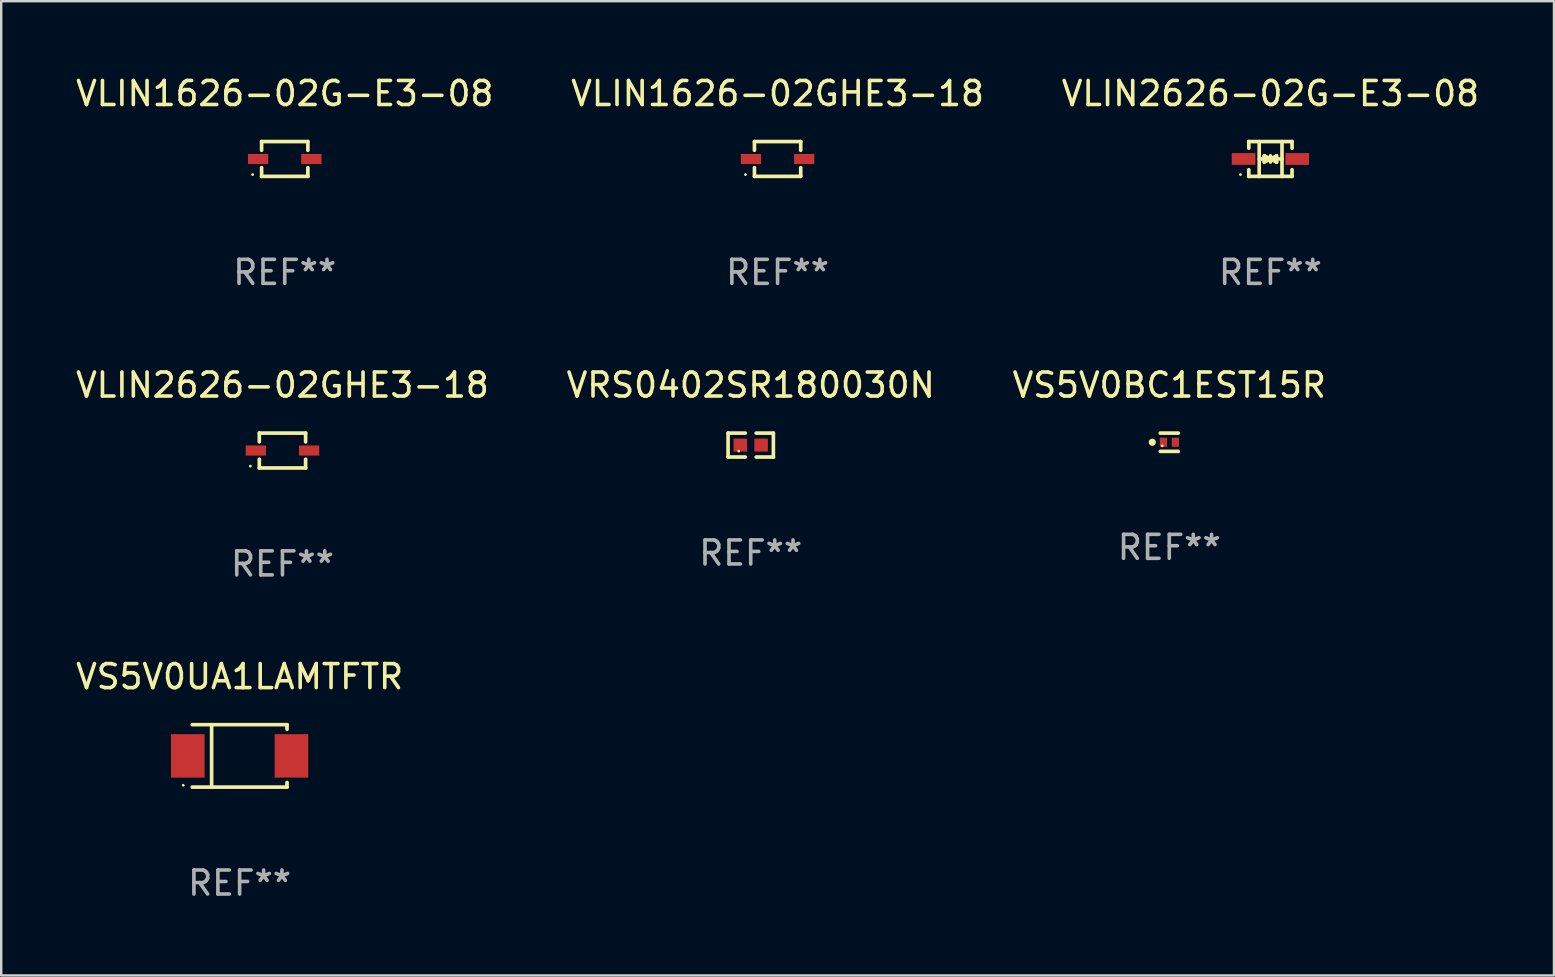
<source format=kicad_pcb>
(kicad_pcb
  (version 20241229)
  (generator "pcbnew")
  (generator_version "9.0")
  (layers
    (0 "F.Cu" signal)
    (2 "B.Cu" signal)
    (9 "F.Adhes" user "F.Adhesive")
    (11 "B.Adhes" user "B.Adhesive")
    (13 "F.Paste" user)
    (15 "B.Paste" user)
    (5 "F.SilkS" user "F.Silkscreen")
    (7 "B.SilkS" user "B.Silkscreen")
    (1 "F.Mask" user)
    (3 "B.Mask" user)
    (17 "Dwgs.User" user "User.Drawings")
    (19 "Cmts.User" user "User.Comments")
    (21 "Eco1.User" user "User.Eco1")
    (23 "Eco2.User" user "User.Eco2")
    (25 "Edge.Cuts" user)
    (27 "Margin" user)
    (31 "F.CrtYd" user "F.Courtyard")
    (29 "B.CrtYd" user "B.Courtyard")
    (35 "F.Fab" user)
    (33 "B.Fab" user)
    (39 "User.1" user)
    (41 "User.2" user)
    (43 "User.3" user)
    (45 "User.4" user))
  (footprint "VLIN2626-02G-E3-08"
    (layer "F.Cu")
    (at 49.887 3.574)
    (property "Reference" "VLIN2626-02G-E3-08" (at 0 -2.726 0) (layer "F.SilkS") (effects (font (size 1 1) (thickness 0.15))))
    (attr through_hole)
    (fp_line (start -0.901 -0.726) (end -0.901 -0.448) (stroke (width 0.152) (type solid)) (layer "F.SilkS"))
    (fp_line (start -0.901 0.726) (end -0.901 0.448) (stroke (width 0.152) (type solid)) (layer "F.SilkS"))
    (fp_line (start -0.467 0) (end 0.483 -0.003) (stroke (width 0.154) (type solid)) (layer "F.SilkS"))
    (fp_line (start -0.467 0.726) (end -0.467 -0.726) (stroke (width 0.152) (type solid)) (layer "F.SilkS"))
    (fp_line (start -0.254 -0.127) (end -0.254 -0.127) (stroke (width 0.154) (type solid)) (layer "F.SilkS"))
    (fp_line (start -0.254 -0.127) (end -0.002 -0.003) (stroke (width 0.154) (type solid)) (layer "F.SilkS"))
    (fp_line (start -0.254 0.127) (end -0.254 -0.127) (stroke (width 0.154) (type solid)) (layer "F.SilkS"))
    (fp_line (start -0.127 0) (end 0.003 0) (stroke (width 0.154) (type solid)) (layer "F.SilkS"))
    (fp_line (start -0.003 0) (end -0.254 0.127) (stroke (width 0.154) (type solid)) (layer "F.SilkS"))
    (fp_line (start 0 -0.127) (end 0 0.127) (stroke (width 0.154) (type solid)) (layer "F.SilkS"))
    (fp_line (start 0.003 0) (end 0.254 -0.127) (stroke (width 0.154) (type solid)) (layer "F.SilkS"))
    (fp_line (start 0.127 0) (end -0.003 0) (stroke (width 0.154) (type solid)) (layer "F.SilkS"))
    (fp_line (start 0.254 -0.127) (end 0.254 0.127) (stroke (width 0.154) (type solid)) (layer "F.SilkS"))
    (fp_line (start 0.254 0.127) (end 0.002 0.003) (stroke (width 0.154) (type solid)) (layer "F.SilkS"))
    (fp_line (start 0.254 0.127) (end 0.254 0.127) (stroke (width 0.154) (type solid)) (layer "F.SilkS"))
    (fp_line (start 0.483 0.726) (end 0.483 -0.726) (stroke (width 0.152) (type solid)) (layer "F.SilkS"))
    (fp_line (start 0.901 -0.726) (end -0.901 -0.726) (stroke (width 0.152) (type solid)) (layer "F.SilkS"))
    (fp_line (start 0.901 -0.726) (end 0.901 -0.448) (stroke (width 0.152) (type solid)) (layer "F.SilkS"))
    (fp_line (start 0.901 0.726) (end -0.901 0.726) (stroke (width 0.152) (type solid)) (layer "F.SilkS"))
    (fp_line (start 0.901 0.726) (end 0.901 0.448) (stroke (width 0.152) (type solid)) (layer "F.SilkS"))
    (fp_circle (center -1.25 0.65) (end -1.22 0.65) (stroke (width 0.06) (type solid)) (fill no) (layer "F.SilkS"))
    (fp_text user "REF**" (at 0 4.726 0) (layer "F.Fab") (effects (font (size 1 1) (thickness 0.15))))
    (pad "1" smd rect (at -1.118 0) (size 0.985 0.49) (layers "F.Cu" "F.Mask" "F.Paste"))
    (pad "2" smd rect (at 1.118 0) (size 0.985 0.49) (layers "F.Cu" "F.Mask" "F.Paste")))
  (footprint "VRS0402SR180030N"
    (layer "F.Cu")
    (at 28.232 15.496)
    (property "Reference" "VRS0402SR180030N" (at 0 -2.499 0) (layer "F.SilkS") (effects (font (size 1 1) (thickness 0.15))))
    (attr through_hole)
    (fp_line (start -0.944 -0.499) (end -0.226 -0.499) (stroke (width 0.152) (type solid)) (layer "F.SilkS"))
    (fp_line (start -0.944 0.499) (end -0.944 -0.499) (stroke (width 0.152) (type solid)) (layer "F.SilkS"))
    (fp_line (start -0.226 0.499) (end -0.944 0.499) (stroke (width 0.152) (type solid)) (layer "F.SilkS"))
    (fp_line (start 0.226 0.499) (end 0.944 0.499) (stroke (width 0.152) (type solid)) (layer "F.SilkS"))
    (fp_line (start 0.944 -0.499) (end 0.226 -0.499) (stroke (width 0.152) (type solid)) (layer "F.SilkS"))
    (fp_line (start 0.944 0.499) (end 0.944 -0.499) (stroke (width 0.152) (type solid)) (layer "F.SilkS"))
    (fp_circle (center -0.5 0.25) (end -0.47 0.25) (stroke (width 0.06) (type solid)) (fill no) (layer "F.SilkS"))
    (fp_text user "REF**" (at 0 4.499 0) (layer "F.Fab") (effects (font (size 1 1) (thickness 0.15))))
    (pad "1" smd rect (at -0.433 0) (size 0.566 0.54) (layers "F.Cu" "F.Mask" "F.Paste"))
    (pad "2" smd rect (at 0.433 0) (size 0.566 0.54) (layers "F.Cu" "F.Mask" "F.Paste")))
  (footprint "VS5V0UA1LAMTFTR"
    (layer "F.Cu")
    (at 6.935 28.447)
    (property "Reference" "VS5V0UA1LAMTFTR" (at 0 -3.301 0) (layer "F.SilkS") (effects (font (size 1 1) (thickness 0.15))))
    (attr through_hole)
    (fp_line (start -1.976 -1.301) (end 1.976 -1.301) (stroke (width 0.152) (type solid)) (layer "F.SilkS"))
    (fp_line (start -1.976 1.301) (end 1.976 1.301) (stroke (width 0.152) (type solid)) (layer "F.SilkS"))
    (fp_line (start -1.167 -1.301) (end -1.167 1.301) (stroke (width 0.152) (type solid)) (layer "F.SilkS"))
    (fp_line (start 1.976 -1.301) (end 1.976 -1.108) (stroke (width 0.152) (type solid)) (layer "F.SilkS"))
    (fp_line (start 1.976 1.301) (end 1.976 1.108) (stroke (width 0.152) (type solid)) (layer "F.SilkS"))
    (fp_circle (center -2.35 1.225) (end -2.32 1.225) (stroke (width 0.06) (type solid)) (fill no) (layer "F.SilkS"))
    (fp_text user "REF**" (at 0 5.301 0) (layer "F.Fab") (effects (font (size 1 1) (thickness 0.15))))
    (pad "1" smd rect (at -2.16 0.000127 180) (size 1.4 1.81) (layers "F.Cu" "F.Mask" "F.Paste"))
    (pad "2" smd rect (at 2.16 0.000127 180) (size 1.4 1.81) (layers "F.Cu" "F.Mask" "F.Paste")))
  (footprint "VLIN2626-02GHE3-18"
    (layer "F.Cu")
    (at 8.72 15.723)
    (property "Reference" "VLIN2626-02GHE3-18" (at 0 -2.726 0) (layer "F.SilkS") (effects (font (size 1 1) (thickness 0.15))))
    (attr through_hole)
    (fp_line (start -0.964 -0.726) (end 0.964 -0.726) (stroke (width 0.152) (type solid)) (layer "F.SilkS"))
    (fp_line (start -0.964 -0.362) (end -0.964 -0.726) (stroke (width 0.152) (type solid)) (layer "F.SilkS"))
    (fp_line (start -0.964 0.362) (end -0.964 0.726) (stroke (width 0.152) (type solid)) (layer "F.SilkS"))
    (fp_line (start -0.964 0.726) (end 0.964 0.726) (stroke (width 0.152) (type solid)) (layer "F.SilkS"))
    (fp_line (start 0.964 -0.362) (end 0.964 -0.726) (stroke (width 0.152) (type solid)) (layer "F.SilkS"))
    (fp_line (start 0.964 0.362) (end 0.964 0.726) (stroke (width 0.152) (type solid)) (layer "F.SilkS"))
    (fp_circle (center -1.338 0.65) (end -1.308 0.65) (stroke (width 0.06) (type solid)) (fill no) (layer "F.SilkS"))
    (fp_text user "REF**" (at 0 4.726 0) (layer "F.Fab") (effects (font (size 1 1) (thickness 0.15))))
    (pad "1" smd rect (at -1.11 -0.000114) (size 0.845 0.42) (layers "F.Cu" "F.Mask" "F.Paste"))
    (pad "2" smd rect (at 1.11 -0.000114) (size 0.845 0.42) (layers "F.Cu" "F.Mask" "F.Paste")))
  (footprint "VS5V0BC1EST15R"
    (layer "F.Cu")
    (at 45.673 15.378)
    (property "Reference" "VS5V0BC1EST15R" (at 0 -2.381 0) (layer "F.SilkS") (effects (font (size 1 1) (thickness 0.15))))
    (attr through_hole)
    (fp_line (start -0.376 -0.381) (end 0.376 -0.381) (stroke (width 0.152) (type solid)) (layer "F.SilkS"))
    (fp_line (start -0.376 0.381) (end 0.376 0.381) (stroke (width 0.152) (type solid)) (layer "F.SilkS"))
    (fp_circle (center -0.709 0) (end -0.634 0) (stroke (width 0.15) (type solid)) (fill no) (layer "F.SilkS"))
    (fp_circle (center -0.295 0.15) (end -0.265 0.15) (stroke (width 0.06) (type solid)) (fill no) (layer "F.SilkS"))
    (fp_text user "REF**" (at 0 4.381 0) (layer "F.Fab") (effects (font (size 1 1) (thickness 0.15))))
    (pad "1" smd rect (at -0.245 0) (size 0.3 0.378) (layers "F.Cu" "F.Mask" "F.Paste"))
    (pad "2" smd rect (at 0.254 0) (size 0.3 0.378) (layers "F.Cu" "F.Mask" "F.Paste")))
  (footprint "VLIN1626-02G-E3-08"
    (layer "F.Cu")
    (at 8.815 3.574)
    (property "Reference" "VLIN1626-02G-E3-08" (at 0 -2.726 0) (layer "F.SilkS") (effects (font (size 1 1) (thickness 0.15))))
    (attr through_hole)
    (fp_line (start -0.964 -0.726) (end 0.964 -0.726) (stroke (width 0.152) (type solid)) (layer "F.SilkS"))
    (fp_line (start -0.964 -0.362) (end -0.964 -0.726) (stroke (width 0.152) (type solid)) (layer "F.SilkS"))
    (fp_line (start -0.964 0.362) (end -0.964 0.726) (stroke (width 0.152) (type solid)) (layer "F.SilkS"))
    (fp_line (start -0.964 0.726) (end 0.964 0.726) (stroke (width 0.152) (type solid)) (layer "F.SilkS"))
    (fp_line (start 0.964 -0.362) (end 0.964 -0.726) (stroke (width 0.152) (type solid)) (layer "F.SilkS"))
    (fp_line (start 0.964 0.362) (end 0.964 0.726) (stroke (width 0.152) (type solid)) (layer "F.SilkS"))
    (fp_circle (center -1.338 0.65) (end -1.308 0.65) (stroke (width 0.06) (type solid)) (fill no) (layer "F.SilkS"))
    (fp_text user "REF**" (at 0 4.726 0) (layer "F.Fab") (effects (font (size 1 1) (thickness 0.15))))
    (pad "1" smd rect (at -1.11 0) (size 0.845 0.42) (layers "F.Cu" "F.Mask" "F.Paste"))
    (pad "2" smd rect (at 1.11 0) (size 0.845 0.42) (layers "F.Cu" "F.Mask" "F.Paste")))
  (footprint "VLIN1626-02GHE3-18"
    (layer "F.Cu")
    (at 29.351 3.574)
    (property "Reference" "VLIN1626-02GHE3-18" (at 0 -2.726 0) (layer "F.SilkS") (effects (font (size 1 1) (thickness 0.15))))
    (attr through_hole)
    (fp_line (start -0.964 -0.726) (end 0.964 -0.726) (stroke (width 0.152) (type solid)) (layer "F.SilkS"))
    (fp_line (start -0.964 -0.362) (end -0.964 -0.726) (stroke (width 0.152) (type solid)) (layer "F.SilkS"))
    (fp_line (start -0.964 0.362) (end -0.964 0.726) (stroke (width 0.152) (type solid)) (layer "F.SilkS"))
    (fp_line (start -0.964 0.726) (end 0.964 0.726) (stroke (width 0.152) (type solid)) (layer "F.SilkS"))
    (fp_line (start 0.964 -0.362) (end 0.964 -0.726) (stroke (width 0.152) (type solid)) (layer "F.SilkS"))
    (fp_line (start 0.964 0.362) (end 0.964 0.726) (stroke (width 0.152) (type solid)) (layer "F.SilkS"))
    (fp_circle (center -1.338 0.65) (end -1.308 0.65) (stroke (width 0.06) (type solid)) (fill no) (layer "F.SilkS"))
    (fp_text user "REF**" (at 0 4.726 0) (layer "F.Fab") (effects (font (size 1 1) (thickness 0.15))))
    (pad "1" smd rect (at -1.11 -0.000114) (size 0.845 0.42) (layers "F.Cu" "F.Mask" "F.Paste"))
    (pad "2" smd rect (at 1.11 -0.000114) (size 0.845 0.42) (layers "F.Cu" "F.Mask" "F.Paste")))
  (gr_rect
    (start -3 -3)
    (end 61.702 37.597)
    (stroke (width 0.1) (type default))
    (fill no)
    (layer "Edge.Cuts")))
</source>
